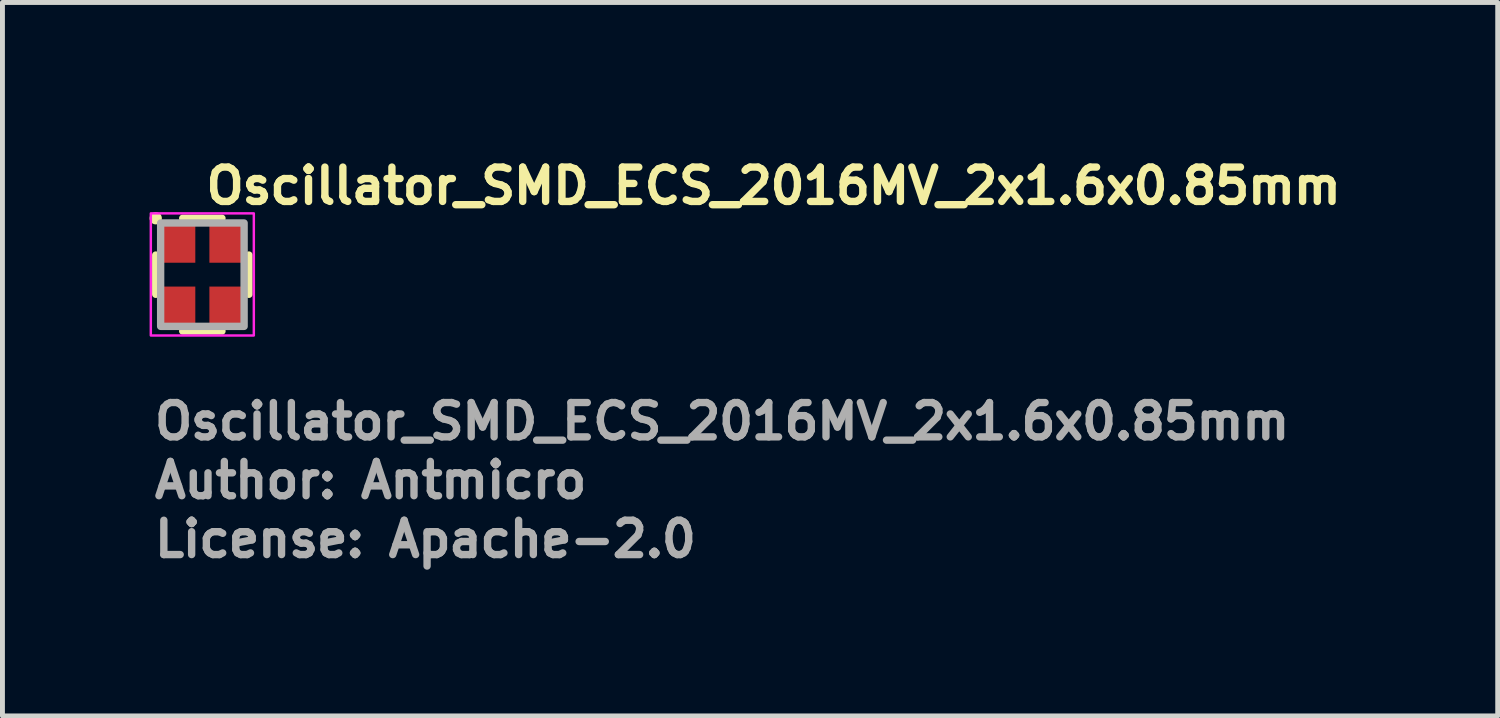
<source format=kicad_pcb>
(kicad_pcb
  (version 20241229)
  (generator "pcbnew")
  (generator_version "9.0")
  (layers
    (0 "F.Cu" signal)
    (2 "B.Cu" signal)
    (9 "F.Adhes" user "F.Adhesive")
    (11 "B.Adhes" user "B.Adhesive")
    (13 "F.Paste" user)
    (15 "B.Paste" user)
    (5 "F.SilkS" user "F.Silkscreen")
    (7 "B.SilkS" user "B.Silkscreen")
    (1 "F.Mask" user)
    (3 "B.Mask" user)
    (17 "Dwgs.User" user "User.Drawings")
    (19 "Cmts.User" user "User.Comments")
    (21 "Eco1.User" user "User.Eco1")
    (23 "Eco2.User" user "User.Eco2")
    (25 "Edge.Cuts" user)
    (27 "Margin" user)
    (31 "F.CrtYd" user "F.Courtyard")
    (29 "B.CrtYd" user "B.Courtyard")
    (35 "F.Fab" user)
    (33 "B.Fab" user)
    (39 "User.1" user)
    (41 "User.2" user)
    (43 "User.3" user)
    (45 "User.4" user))
  (footprint "Oscillator_SMD_ECS_2016MV_2x1.6x0.85mm"
    (layer "F.Cu")
    (at 1.075 2.55)
    (property "Reference" "Oscillator_SMD_ECS_2016MV_2x1.6x0.85mm" (at 0 -1.4 180) (layer "F.SilkS") (effects (font (size 0.7 0.7) (thickness 0.15)) (justify left bottom)))
    (attr smd)
    (fp_line (start -0.95 0.4) (end -0.95 -0.4) (stroke (width 0.15) (type solid)) (layer "F.SilkS"))
    (fp_line (start -0.4 -1.15) (end 0.4 -1.15) (stroke (width 0.15) (type solid)) (layer "F.SilkS"))
    (fp_line (start -0.4 1.15) (end 0.4 1.15) (stroke (width 0.15) (type solid)) (layer "F.SilkS"))
    (fp_line (start 0.95 0.4) (end 0.95 -0.4) (stroke (width 0.15) (type solid)) (layer "F.SilkS"))
    (fp_circle (center -0.95 -1.15) (end -0.9 -1.15) (stroke (width 0.15) (type solid)) (fill yes) (layer "F.SilkS"))
    (fp_rect (start -1.05 -1.25) (end 1.05 1.24) (stroke (width 0.05) (type solid)) (fill no) (layer "F.CrtYd"))
    (fp_rect (start -0.85 -1.054) (end 0.852 1.054) (stroke (width 0.15) (type solid)) (fill no) (layer "F.Fab"))
    (fp_rect (start -0.8 -1) (end 0.8 1) (stroke (width 0.15) (type solid)) (fill no) (layer "User.5"))
    (fp_line (start -0.8 -0.938) (end -0.8 -0.263) (stroke (width 0.02) (type solid)) (layer "User.9"))
    (fp_line (start -0.8 -0.263) (end -0.798 -0.263) (stroke (width 0.02) (type solid)) (layer "User.9"))
    (fp_line (start -0.8 -0.263) (end -0.798 -0.263) (stroke (width 0.02) (type solid)) (layer "User.9"))
    (fp_line (start -0.8 0.263) (end -0.8 0.937) (stroke (width 0.02) (type solid)) (layer "User.9"))
    (fp_line (start -0.8 0.937) (end -0.798 0.937) (stroke (width 0.02) (type solid)) (layer "User.9"))
    (fp_line (start -0.798 -0.938) (end -0.8 -0.938) (stroke (width 0.02) (type solid)) (layer "User.9"))
    (fp_line (start -0.798 -0.263) (end -0.794 -0.263) (stroke (width 0.02) (type solid)) (layer "User.9"))
    (fp_line (start -0.798 -0.263) (end -0.794 -0.263) (stroke (width 0.02) (type solid)) (layer "User.9"))
    (fp_line (start -0.798 0.262) (end -0.8 0.263) (stroke (width 0.02) (type solid)) (layer "User.9"))
    (fp_line (start -0.798 0.937) (end -0.794 0.937) (stroke (width 0.02) (type solid)) (layer "User.9"))
    (fp_line (start -0.794 -0.938) (end -0.798 -0.938) (stroke (width 0.02) (type solid)) (layer "User.9"))
    (fp_line (start -0.794 -0.263) (end -0.791 -0.263) (stroke (width 0.02) (type solid)) (layer "User.9"))
    (fp_line (start -0.794 -0.263) (end -0.791 -0.263) (stroke (width 0.02) (type solid)) (layer "User.9"))
    (fp_line (start -0.794 0.262) (end -0.798 0.262) (stroke (width 0.02) (type solid)) (layer "User.9"))
    (fp_line (start -0.794 0.937) (end -0.791 0.937) (stroke (width 0.02) (type solid)) (layer "User.9"))
    (fp_line (start -0.791 -0.938) (end -0.794 -0.938) (stroke (width 0.02) (type solid)) (layer "User.9"))
    (fp_line (start -0.791 -0.263) (end -0.787 -0.262) (stroke (width 0.02) (type solid)) (layer "User.9"))
    (fp_line (start -0.791 -0.263) (end -0.787 -0.262) (stroke (width 0.02) (type solid)) (layer "User.9"))
    (fp_line (start -0.791 0.262) (end -0.794 0.262) (stroke (width 0.02) (type solid)) (layer "User.9"))
    (fp_line (start -0.791 0.937) (end -0.789 0.938) (stroke (width 0.02) (type solid)) (layer "User.9"))
    (fp_line (start -0.789 -0.94) (end -0.791 -0.938) (stroke (width 0.02) (type solid)) (layer "User.9"))
    (fp_line (start -0.789 0.938) (end -0.785 0.938) (stroke (width 0.02) (type solid)) (layer "User.9"))
    (fp_line (start -0.787 -0.262) (end -0.785 -0.262) (stroke (width 0.02) (type solid)) (layer "User.9"))
    (fp_line (start -0.787 -0.262) (end -0.785 -0.262) (stroke (width 0.02) (type solid)) (layer "User.9"))
    (fp_line (start -0.787 0.261) (end -0.791 0.262) (stroke (width 0.02) (type solid)) (layer "User.9"))
    (fp_line (start -0.785 -0.94) (end -0.789 -0.94) (stroke (width 0.02) (type solid)) (layer "User.9"))
    (fp_line (start -0.785 -0.262) (end -0.781 -0.261) (stroke (width 0.02) (type solid)) (layer "User.9"))
    (fp_line (start -0.785 -0.262) (end -0.781 -0.261) (stroke (width 0.02) (type solid)) (layer "User.9"))
    (fp_line (start -0.785 0.261) (end -0.787 0.261) (stroke (width 0.02) (type solid)) (layer "User.9"))
    (fp_line (start -0.785 0.938) (end -0.783 0.939) (stroke (width 0.02) (type solid)) (layer "User.9"))
    (fp_line (start -0.783 -0.94) (end -0.785 -0.94) (stroke (width 0.02) (type solid)) (layer "User.9"))
    (fp_line (start -0.783 0.939) (end -0.779 0.94) (stroke (width 0.02) (type solid)) (layer "User.9"))
    (fp_line (start -0.781 -0.261) (end -0.779 -0.26) (stroke (width 0.02) (type solid)) (layer "User.9"))
    (fp_line (start -0.781 -0.261) (end -0.779 -0.26) (stroke (width 0.02) (type solid)) (layer "User.9"))
    (fp_line (start -0.781 0.26) (end -0.785 0.261) (stroke (width 0.02) (type solid)) (layer "User.9"))
    (fp_line (start -0.779 -0.942) (end -0.783 -0.94) (stroke (width 0.02) (type solid)) (layer "User.9"))
    (fp_line (start -0.779 -0.26) (end -0.777 -0.258) (stroke (width 0.02) (type solid)) (layer "User.9"))
    (fp_line (start -0.779 -0.26) (end -0.777 -0.258) (stroke (width 0.02) (type solid)) (layer "User.9"))
    (fp_line (start -0.779 0.259) (end -0.781 0.26) (stroke (width 0.02) (type solid)) (layer "User.9"))
    (fp_line (start -0.779 0.94) (end -0.777 0.941) (stroke (width 0.02) (type solid)) (layer "User.9"))
    (fp_line (start -0.777 -0.942) (end -0.779 -0.942) (stroke (width 0.02) (type solid)) (layer "User.9"))
    (fp_line (start -0.777 -0.258) (end -0.773 -0.256) (stroke (width 0.02) (type solid)) (layer "User.9"))
    (fp_line (start -0.777 -0.258) (end -0.773 -0.256) (stroke (width 0.02) (type solid)) (layer "User.9"))
    (fp_line (start -0.777 0.258) (end -0.779 0.259) (stroke (width 0.02) (type solid)) (layer "User.9"))
    (fp_line (start -0.777 0.941) (end -0.773 0.942) (stroke (width 0.02) (type solid)) (layer "User.9"))
    (fp_line (start -0.773 -0.944) (end -0.777 -0.942) (stroke (width 0.02) (type solid)) (layer "User.9"))
    (fp_line (start -0.773 -0.256) (end -0.771 -0.255) (stroke (width 0.02) (type solid)) (layer "User.9"))
    (fp_line (start -0.773 -0.256) (end -0.771 -0.255) (stroke (width 0.02) (type solid)) (layer "User.9"))
    (fp_line (start -0.773 0.256) (end -0.777 0.258) (stroke (width 0.02) (type solid)) (layer "User.9"))
    (fp_line (start -0.773 0.942) (end -0.771 0.944) (stroke (width 0.02) (type solid)) (layer "User.9"))
    (fp_line (start -0.771 -0.946) (end -0.773 -0.944) (stroke (width 0.02) (type solid)) (layer "User.9"))
    (fp_line (start -0.771 -0.255) (end -0.769 -0.253) (stroke (width 0.02) (type solid)) (layer "User.9"))
    (fp_line (start -0.771 -0.255) (end -0.769 -0.253) (stroke (width 0.02) (type solid)) (layer "User.9"))
    (fp_line (start -0.771 0.255) (end -0.773 0.256) (stroke (width 0.02) (type solid)) (layer "User.9"))
    (fp_line (start -0.771 0.944) (end -0.769 0.945) (stroke (width 0.02) (type solid)) (layer "User.9"))
    (fp_line (start -0.769 -0.946) (end -0.771 -0.946) (stroke (width 0.02) (type solid)) (layer "User.9"))
    (fp_line (start -0.769 -0.253) (end -0.765 -0.252) (stroke (width 0.02) (type solid)) (layer "User.9"))
    (fp_line (start -0.769 -0.253) (end -0.765 -0.252) (stroke (width 0.02) (type solid)) (layer "User.9"))
    (fp_line (start -0.769 0.252) (end -0.771 0.255) (stroke (width 0.02) (type solid)) (layer "User.9"))
    (fp_line (start -0.769 0.945) (end -0.765 0.947) (stroke (width 0.02) (type solid)) (layer "User.9"))
    (fp_line (start -0.765 -0.948) (end -0.769 -0.946) (stroke (width 0.02) (type solid)) (layer "User.9"))
    (fp_line (start -0.765 -0.252) (end -0.763 -0.25) (stroke (width 0.02) (type solid)) (layer "User.9"))
    (fp_line (start -0.765 -0.252) (end -0.763 -0.25) (stroke (width 0.02) (type solid)) (layer "User.9"))
    (fp_line (start -0.765 0.251) (end -0.769 0.252) (stroke (width 0.02) (type solid)) (layer "User.9"))
    (fp_line (start -0.765 0.947) (end -0.763 0.949) (stroke (width 0.02) (type solid)) (layer "User.9"))
    (fp_line (start -0.763 -0.95) (end -0.765 -0.948) (stroke (width 0.02) (type solid)) (layer "User.9"))
    (fp_line (start -0.763 -0.25) (end -0.761 -0.248) (stroke (width 0.02) (type solid)) (layer "User.9"))
    (fp_line (start -0.763 -0.25) (end -0.761 -0.248) (stroke (width 0.02) (type solid)) (layer "User.9"))
    (fp_line (start -0.763 0.249) (end -0.765 0.251) (stroke (width 0.02) (type solid)) (layer "User.9"))
    (fp_line (start -0.763 0.949) (end -0.761 0.951) (stroke (width 0.02) (type solid)) (layer "User.9"))
    (fp_line (start -0.761 -0.952) (end -0.763 -0.95) (stroke (width 0.02) (type solid)) (layer "User.9"))
    (fp_line (start -0.761 -0.248) (end -0.759 -0.246) (stroke (width 0.02) (type solid)) (layer "User.9"))
    (fp_line (start -0.761 -0.248) (end -0.759 -0.246) (stroke (width 0.02) (type solid)) (layer "User.9"))
    (fp_line (start -0.761 0.247) (end -0.763 0.249) (stroke (width 0.02) (type solid)) (layer "User.9"))
    (fp_line (start -0.761 0.951) (end -0.759 0.953) (stroke (width 0.02) (type solid)) (layer "User.9"))
    (fp_line (start -0.759 -0.954) (end -0.761 -0.952) (stroke (width 0.02) (type solid)) (layer "User.9"))
    (fp_line (start -0.759 -0.246) (end -0.757 -0.244) (stroke (width 0.02) (type solid)) (layer "User.9"))
    (fp_line (start -0.759 -0.246) (end -0.757 -0.244) (stroke (width 0.02) (type solid)) (layer "User.9"))
    (fp_line (start -0.759 0.245) (end -0.761 0.247) (stroke (width 0.02) (type solid)) (layer "User.9"))
    (fp_line (start -0.759 0.953) (end -0.757 0.955) (stroke (width 0.02) (type solid)) (layer "User.9"))
    (fp_line (start -0.757 -0.956) (end -0.759 -0.954) (stroke (width 0.02) (type solid)) (layer "User.9"))
    (fp_line (start -0.757 -0.956) (end -0.757 -0.956) (stroke (width 0.02) (type solid)) (layer "User.9"))
    (fp_line (start -0.757 -0.244) (end -0.755 -0.242) (stroke (width 0.02) (type solid)) (layer "User.9"))
    (fp_line (start -0.757 -0.244) (end -0.755 -0.242) (stroke (width 0.02) (type solid)) (layer "User.9"))
    (fp_line (start -0.757 0.243) (end -0.759 0.245) (stroke (width 0.02) (type solid)) (layer "User.9"))
    (fp_line (start -0.757 0.955) (end -0.757 0.955) (stroke (width 0.02) (type solid)) (layer "User.9"))
    (fp_line (start -0.757 0.955) (end -0.755 0.958) (stroke (width 0.02) (type solid)) (layer "User.9"))
    (fp_line (start -0.755 -0.958) (end -0.757 -0.956) (stroke (width 0.02) (type solid)) (layer "User.9"))
    (fp_line (start -0.755 -0.242) (end -0.753 -0.24) (stroke (width 0.02) (type solid)) (layer "User.9"))
    (fp_line (start -0.755 -0.242) (end -0.753 -0.24) (stroke (width 0.02) (type solid)) (layer "User.9"))
    (fp_line (start -0.755 0.241) (end -0.757 0.243) (stroke (width 0.02) (type solid)) (layer "User.9"))
    (fp_line (start -0.755 0.958) (end -0.753 0.96) (stroke (width 0.02) (type solid)) (layer "User.9"))
    (fp_line (start -0.753 -0.96) (end -0.755 -0.958) (stroke (width 0.02) (type solid)) (layer "User.9"))
    (fp_line (start -0.753 -0.24) (end -0.751 -0.237) (stroke (width 0.02) (type solid)) (layer "User.9"))
    (fp_line (start -0.753 -0.24) (end -0.751 -0.237) (stroke (width 0.02) (type solid)) (layer "User.9"))
    (fp_line (start -0.753 0.239) (end -0.755 0.241) (stroke (width 0.02) (type solid)) (layer "User.9"))
    (fp_line (start -0.753 0.96) (end -0.751 0.963) (stroke (width 0.02) (type solid)) (layer "User.9"))
    (fp_line (start -0.751 -0.964) (end -0.753 -0.96) (stroke (width 0.02) (type solid)) (layer "User.9"))
    (fp_line (start -0.751 -0.237) (end -0.749 -0.235) (stroke (width 0.02) (type solid)) (layer "User.9"))
    (fp_line (start -0.751 -0.237) (end -0.749 -0.235) (stroke (width 0.02) (type solid)) (layer "User.9"))
    (fp_line (start -0.751 0.236) (end -0.753 0.239) (stroke (width 0.02) (type solid)) (layer "User.9"))
    (fp_line (start -0.751 0.963) (end -0.749 0.965) (stroke (width 0.02) (type solid)) (layer "User.9"))
    (fp_line (start -0.749 -0.966) (end -0.751 -0.964) (stroke (width 0.02) (type solid)) (layer "User.9"))
    (fp_line (start -0.749 -0.235) (end -0.747 -0.232) (stroke (width 0.02) (type solid)) (layer "User.9"))
    (fp_line (start -0.749 -0.235) (end -0.747 -0.232) (stroke (width 0.02) (type solid)) (layer "User.9"))
    (fp_line (start -0.749 0.234) (end -0.751 0.236) (stroke (width 0.02) (type solid)) (layer "User.9"))
    (fp_line (start -0.749 0.965) (end -0.747 0.968) (stroke (width 0.02) (type solid)) (layer "User.9"))
    (fp_line (start -0.747 -0.968) (end -0.749 -0.966) (stroke (width 0.02) (type solid)) (layer "User.9"))
    (fp_line (start -0.747 -0.232) (end -0.745 -0.23) (stroke (width 0.02) (type solid)) (layer "User.9"))
    (fp_line (start -0.747 -0.232) (end -0.745 -0.23) (stroke (width 0.02) (type solid)) (layer "User.9"))
    (fp_line (start -0.747 0.231) (end -0.749 0.234) (stroke (width 0.02) (type solid)) (layer "User.9"))
    (fp_line (start -0.747 0.968) (end -0.745 0.971) (stroke (width 0.02) (type solid)) (layer "User.9"))
    (fp_line (start -0.745 -0.972) (end -0.747 -0.968) (stroke (width 0.02) (type solid)) (layer "User.9"))
    (fp_line (start -0.745 -0.23) (end -0.745 -0.227) (stroke (width 0.02) (type solid)) (layer "User.9"))
    (fp_line (start -0.745 -0.23) (end -0.745 -0.227) (stroke (width 0.02) (type solid)) (layer "User.9"))
    (fp_line (start -0.745 -0.227) (end -0.743 -0.224) (stroke (width 0.02) (type solid)) (layer "User.9"))
    (fp_line (start -0.745 -0.227) (end -0.743 -0.224) (stroke (width 0.02) (type solid)) (layer "User.9"))
    (fp_line (start -0.745 0.226) (end -0.745 0.229) (stroke (width 0.02) (type solid)) (layer "User.9"))
    (fp_line (start -0.745 0.229) (end -0.747 0.231) (stroke (width 0.02) (type solid)) (layer "User.9"))
    (fp_line (start -0.745 0.971) (end -0.743 0.973) (stroke (width 0.02) (type solid)) (layer "User.9"))
    (fp_line (start -0.743 -0.976) (end -0.743 -0.974) (stroke (width 0.02) (type solid)) (layer "User.9"))
    (fp_line (start -0.743 -0.974) (end -0.745 -0.972) (stroke (width 0.02) (type solid)) (layer "User.9"))
    (fp_line (start -0.743 -0.224) (end -0.741 -0.221) (stroke (width 0.02) (type solid)) (layer "User.9"))
    (fp_line (start -0.743 -0.224) (end -0.741 -0.221) (stroke (width 0.02) (type solid)) (layer "User.9"))
    (fp_line (start -0.743 0.223) (end -0.745 0.226) (stroke (width 0.02) (type solid)) (layer "User.9"))
    (fp_line (start -0.743 0.973) (end -0.743 0.976) (stroke (width 0.02) (type solid)) (layer "User.9"))
    (fp_line (start -0.743 0.976) (end -0.741 0.979) (stroke (width 0.02) (type solid)) (layer "User.9"))
    (fp_line (start -0.741 -0.982) (end -0.741 -0.98) (stroke (width 0.02) (type solid)) (layer "User.9"))
    (fp_line (start -0.741 -0.98) (end -0.743 -0.976) (stroke (width 0.02) (type solid)) (layer "User.9"))
    (fp_line (start -0.741 -0.221) (end -0.741 -0.219) (stroke (width 0.02) (type solid)) (layer "User.9"))
    (fp_line (start -0.741 -0.221) (end -0.741 -0.219) (stroke (width 0.02) (type solid)) (layer "User.9"))
    (fp_line (start -0.741 -0.219) (end -0.739 -0.216) (stroke (width 0.02) (type solid)) (layer "User.9"))
    (fp_line (start -0.741 -0.219) (end -0.739 -0.216) (stroke (width 0.02) (type solid)) (layer "User.9"))
    (fp_line (start -0.741 0.219) (end -0.741 0.22) (stroke (width 0.02) (type solid)) (layer "User.9"))
    (fp_line (start -0.741 0.22) (end -0.743 0.223) (stroke (width 0.02) (type solid)) (layer "User.9"))
    (fp_line (start -0.741 0.979) (end -0.741 0.982) (stroke (width 0.02) (type solid)) (layer "User.9"))
    (fp_line (start -0.741 0.982) (end -0.739 0.985) (stroke (width 0.02) (type solid)) (layer "User.9"))
    (fp_line (start -0.739 -1) (end -0.739 -0.998) (stroke (width 0.02) (type solid)) (layer "User.9"))
    (fp_line (start -0.739 -0.998) (end -0.739 -0.994) (stroke (width 0.02) (type solid)) (layer "User.9"))
    (fp_line (start -0.739 -0.994) (end -0.739 -0.992) (stroke (width 0.02) (type solid)) (layer "User.9"))
    (fp_line (start -0.739 -0.992) (end -0.739 -0.988) (stroke (width 0.02) (type solid)) (layer "User.9"))
    (fp_line (start -0.739 -0.988) (end -0.739 -0.986) (stroke (width 0.02) (type solid)) (layer "User.9"))
    (fp_line (start -0.739 -0.986) (end -0.741 -0.982) (stroke (width 0.02) (type solid)) (layer "User.9"))
    (fp_line (start -0.739 -0.216) (end -0.739 -0.213) (stroke (width 0.02) (type solid)) (layer "User.9"))
    (fp_line (start -0.739 -0.216) (end -0.739 -0.213) (stroke (width 0.02) (type solid)) (layer "User.9"))
    (fp_line (start -0.739 -0.213) (end -0.739 -0.21) (stroke (width 0.02) (type solid)) (layer "User.9"))
    (fp_line (start -0.739 -0.213) (end -0.739 -0.21) (stroke (width 0.02) (type solid)) (layer "User.9"))
    (fp_line (start -0.739 -0.21) (end -0.739 -0.206) (stroke (width 0.02) (type solid)) (layer "User.9"))
    (fp_line (start -0.739 -0.21) (end -0.739 -0.206) (stroke (width 0.02) (type solid)) (layer "User.9"))
    (fp_line (start -0.739 -0.206) (end -0.739 -0.203) (stroke (width 0.02) (type solid)) (layer "User.9"))
    (fp_line (start -0.739 -0.206) (end -0.739 -0.203) (stroke (width 0.02) (type solid)) (layer "User.9"))
    (fp_line (start -0.739 -0.203) (end -0.739 -0.2) (stroke (width 0.02) (type solid)) (layer "User.9"))
    (fp_line (start -0.739 -0.203) (end -0.739 -0.2) (stroke (width 0.02) (type solid)) (layer "User.9"))
    (fp_line (start -0.739 -0.2) (end -0.739 0.2) (stroke (width 0.02) (type solid)) (layer "User.9"))
    (fp_line (start -0.739 0.2) (end -0.739 0.203) (stroke (width 0.02) (type solid)) (layer "User.9"))
    (fp_line (start -0.739 0.203) (end -0.739 0.206) (stroke (width 0.02) (type solid)) (layer "User.9"))
    (fp_line (start -0.739 0.206) (end -0.739 0.21) (stroke (width 0.02) (type solid)) (layer "User.9"))
    (fp_line (start -0.739 0.21) (end -0.739 0.213) (stroke (width 0.02) (type solid)) (layer "User.9"))
    (fp_line (start -0.739 0.213) (end -0.739 0.216) (stroke (width 0.02) (type solid)) (layer "User.9"))
    (fp_line (start -0.739 0.216) (end -0.741 0.219) (stroke (width 0.02) (type solid)) (layer "User.9"))
    (fp_line (start -0.739 0.985) (end -0.739 0.988) (stroke (width 0.02) (type solid)) (layer "User.9"))
    (fp_line (start -0.739 0.988) (end -0.739 0.99) (stroke (width 0.02) (type solid)) (layer "User.9"))
    (fp_line (start -0.739 0.99) (end -0.739 0.993) (stroke (width 0.02) (type solid)) (layer "User.9"))
    (fp_line (start -0.739 0.993) (end -0.739 0.996) (stroke (width 0.02) (type solid)) (layer "User.9"))
    (fp_line (start -0.739 0.996) (end -0.739 0.999) (stroke (width 0.02) (type solid)) (layer "User.9"))
    (fp_line (start -0.739 0.999) (end 0.737 0.999) (stroke (width 0.02) (type solid)) (layer "User.9"))
    (fp_line (start -0.701 -0.831) (end -0.699 -0.835) (stroke (width 0.02) (type solid)) (layer "User.9"))
    (fp_line (start -0.701 -0.825) (end -0.701 -0.831) (stroke (width 0.02) (type solid)) (layer "User.9"))
    (fp_line (start -0.701 -0.825) (end -0.701 0.824) (stroke (width 0.02) (type solid)) (layer "User.9"))
    (fp_line (start -0.701 0.824) (end -0.701 0.83) (stroke (width 0.02) (type solid)) (layer "User.9"))
    (fp_line (start -0.701 0.83) (end -0.699 0.835) (stroke (width 0.02) (type solid)) (layer "User.9"))
    (fp_line (start -0.699 -0.845) (end -0.697 -0.851) (stroke (width 0.02) (type solid)) (layer "User.9"))
    (fp_line (start -0.699 -0.841) (end -0.699 -0.845) (stroke (width 0.02) (type solid)) (layer "User.9"))
    (fp_line (start -0.699 -0.835) (end -0.699 -0.841) (stroke (width 0.02) (type solid)) (layer "User.9"))
    (fp_line (start -0.699 0.835) (end -0.699 0.84) (stroke (width 0.02) (type solid)) (layer "User.9"))
    (fp_line (start -0.699 0.84) (end -0.699 0.845) (stroke (width 0.02) (type solid)) (layer "User.9"))
    (fp_line (start -0.699 0.845) (end -0.697 0.849) (stroke (width 0.02) (type solid)) (layer "User.9"))
    (fp_line (start -0.697 -0.855) (end -0.695 -0.859) (stroke (width 0.02) (type solid)) (layer "User.9"))
    (fp_line (start -0.697 -0.851) (end -0.697 -0.855) (stroke (width 0.02) (type solid)) (layer "User.9"))
    (fp_line (start -0.697 0.849) (end -0.697 0.854) (stroke (width 0.02) (type solid)) (layer "User.9"))
    (fp_line (start -0.697 0.854) (end -0.695 0.858) (stroke (width 0.02) (type solid)) (layer "User.9"))
    (fp_line (start -0.695 -0.859) (end -0.693 -0.865) (stroke (width 0.02) (type solid)) (layer "User.9"))
    (fp_line (start -0.695 0.858) (end -0.693 0.864) (stroke (width 0.02) (type solid)) (layer "User.9"))
    (fp_line (start -0.693 -0.865) (end -0.691 -0.869) (stroke (width 0.02) (type solid)) (layer "User.9"))
    (fp_line (start -0.693 0.864) (end -0.691 0.868) (stroke (width 0.02) (type solid)) (layer "User.9"))
    (fp_line (start -0.691 -0.869) (end -0.689 -0.873) (stroke (width 0.02) (type solid)) (layer "User.9"))
    (fp_line (start -0.691 0.868) (end -0.689 0.873) (stroke (width 0.02) (type solid)) (layer "User.9"))
    (fp_line (start -0.689 -0.873) (end -0.687 -0.877) (stroke (width 0.02) (type solid)) (layer "User.9"))
    (fp_line (start -0.689 0.873) (end -0.687 0.876) (stroke (width 0.02) (type solid)) (layer "User.9"))
    (fp_line (start -0.687 -0.877) (end -0.683 -0.881) (stroke (width 0.02) (type solid)) (layer "User.9"))
    (fp_line (start -0.687 0.876) (end -0.683 0.88) (stroke (width 0.02) (type solid)) (layer "User.9"))
    (fp_line (start -0.683 -0.881) (end -0.681 -0.885) (stroke (width 0.02) (type solid)) (layer "User.9"))
    (fp_line (start -0.683 0.88) (end -0.681 0.884) (stroke (width 0.02) (type solid)) (layer "User.9"))
    (fp_line (start -0.681 -0.885) (end -0.677 -0.889) (stroke (width 0.02) (type solid)) (layer "User.9"))
    (fp_line (start -0.681 0.884) (end -0.677 0.888) (stroke (width 0.02) (type solid)) (layer "User.9"))
    (fp_line (start -0.677 -0.889) (end -0.675 -0.893) (stroke (width 0.02) (type solid)) (layer "User.9"))
    (fp_line (start -0.677 0.888) (end -0.675 0.891) (stroke (width 0.02) (type solid)) (layer "User.9"))
    (fp_line (start -0.675 -0.893) (end -0.671 -0.897) (stroke (width 0.02) (type solid)) (layer "User.9"))
    (fp_line (start -0.675 0.891) (end -0.671 0.896) (stroke (width 0.02) (type solid)) (layer "User.9"))
    (fp_line (start -0.671 -0.897) (end -0.667 -0.9) (stroke (width 0.02) (type solid)) (layer "User.9"))
    (fp_line (start -0.671 0.896) (end -0.667 0.899) (stroke (width 0.02) (type solid)) (layer "User.9"))
    (fp_line (start -0.667 -0.9) (end -0.664 -0.902) (stroke (width 0.02) (type solid)) (layer "User.9"))
    (fp_line (start -0.667 0.899) (end -0.664 0.902) (stroke (width 0.02) (type solid)) (layer "User.9"))
    (fp_line (start -0.664 -0.902) (end -0.66 -0.906) (stroke (width 0.02) (type solid)) (layer "User.9"))
    (fp_line (start -0.664 0.902) (end -0.66 0.905) (stroke (width 0.02) (type solid)) (layer "User.9"))
    (fp_line (start -0.66 -0.906) (end -0.656 -0.908) (stroke (width 0.02) (type solid)) (layer "User.9"))
    (fp_line (start -0.66 0.905) (end -0.656 0.908) (stroke (width 0.02) (type solid)) (layer "User.9"))
    (fp_line (start -0.656 -0.908) (end -0.652 -0.912) (stroke (width 0.02) (type solid)) (layer "User.9"))
    (fp_line (start -0.656 0.908) (end -0.652 0.911) (stroke (width 0.02) (type solid)) (layer "User.9"))
    (fp_line (start -0.652 -0.912) (end -0.648 -0.914) (stroke (width 0.02) (type solid)) (layer "User.9"))
    (fp_line (start -0.652 0.911) (end -0.648 0.913) (stroke (width 0.02) (type solid)) (layer "User.9"))
    (fp_line (start -0.648 -0.914) (end -0.644 -0.916) (stroke (width 0.02) (type solid)) (layer "User.9"))
    (fp_line (start -0.648 0.913) (end -0.644 0.915) (stroke (width 0.02) (type solid)) (layer "User.9"))
    (fp_line (start -0.644 -0.916) (end -0.64 -0.918) (stroke (width 0.02) (type solid)) (layer "User.9"))
    (fp_line (start -0.644 0.915) (end -0.64 0.917) (stroke (width 0.02) (type solid)) (layer "User.9"))
    (fp_line (start -0.64 -0.918) (end -0.634 -0.92) (stroke (width 0.02) (type solid)) (layer "User.9"))
    (fp_line (start -0.64 0.917) (end -0.634 0.919) (stroke (width 0.02) (type solid)) (layer "User.9"))
    (fp_line (start -0.634 -0.92) (end -0.63 -0.922) (stroke (width 0.02) (type solid)) (layer "User.9"))
    (fp_line (start -0.634 0.919) (end -0.63 0.921) (stroke (width 0.02) (type solid)) (layer "User.9"))
    (fp_line (start -0.63 -0.922) (end -0.626 -0.922) (stroke (width 0.02) (type solid)) (layer "User.9"))
    (fp_line (start -0.63 0.921) (end -0.626 0.922) (stroke (width 0.02) (type solid)) (layer "User.9"))
    (fp_line (start -0.626 -0.922) (end -0.62 -0.924) (stroke (width 0.02) (type solid)) (layer "User.9"))
    (fp_line (start -0.626 0.922) (end -0.62 0.923) (stroke (width 0.02) (type solid)) (layer "User.9"))
    (fp_line (start -0.62 -0.924) (end -0.616 -0.924) (stroke (width 0.02) (type solid)) (layer "User.9"))
    (fp_line (start -0.62 0.923) (end -0.616 0.924) (stroke (width 0.02) (type solid)) (layer "User.9"))
    (fp_line (start -0.616 -0.924) (end -0.61 -0.924) (stroke (width 0.02) (type solid)) (layer "User.9"))
    (fp_line (start -0.616 0.924) (end -0.61 0.924) (stroke (width 0.02) (type solid)) (layer "User.9"))
    (fp_line (start -0.61 -0.924) (end -0.606 -0.926) (stroke (width 0.02) (type solid)) (layer "User.9"))
    (fp_line (start -0.61 0.924) (end -0.606 0.925) (stroke (width 0.02) (type solid)) (layer "User.9"))
    (fp_line (start -0.606 -0.926) (end -0.6 -0.926) (stroke (width 0.02) (type solid)) (layer "User.9"))
    (fp_line (start -0.606 0.925) (end -0.6 0.925) (stroke (width 0.02) (type solid)) (layer "User.9"))
    (fp_line (start -0.6 -0.926) (end 0.6 -0.926) (stroke (width 0.02) (type solid)) (layer "User.9"))
    (fp_line (start -0.6 0.925) (end 0.6 0.925) (stroke (width 0.02) (type solid)) (layer "User.9"))
    (fp_line (start -0.525 -0.67) (end -0.525 -0.664) (stroke (width 0.02) (type solid)) (layer "User.9"))
    (fp_line (start -0.525 -0.664) (end -0.525 -0.656) (stroke (width 0.02) (type solid)) (layer "User.9"))
    (fp_line (start -0.525 -0.656) (end -0.525 -0.65) (stroke (width 0.02) (type solid)) (layer "User.9"))
    (fp_line (start -0.525 -0.65) (end -0.525 -0.644) (stroke (width 0.02) (type solid)) (layer "User.9"))
    (fp_line (start -0.525 -0.644) (end -0.525 -0.637) (stroke (width 0.02) (type solid)) (layer "User.9"))
    (fp_line (start -0.525 -0.637) (end -0.525 -0.631) (stroke (width 0.02) (type solid)) (layer "User.9"))
    (fp_line (start -0.525 -0.631) (end -0.523 -0.625) (stroke (width 0.02) (type solid)) (layer "User.9"))
    (fp_line (start -0.523 -0.676) (end -0.525 -0.67) (stroke (width 0.02) (type solid)) (layer "User.9"))
    (fp_line (start -0.523 -0.625) (end -0.521 -0.619) (stroke (width 0.02) (type solid)) (layer "User.9"))
    (fp_line (start -0.521 -0.682) (end -0.523 -0.676) (stroke (width 0.02) (type solid)) (layer "User.9"))
    (fp_line (start -0.521 -0.619) (end -0.519 -0.613) (stroke (width 0.02) (type solid)) (layer "User.9"))
    (fp_line (start -0.519 -0.688) (end -0.521 -0.682) (stroke (width 0.02) (type solid)) (layer "User.9"))
    (fp_line (start -0.519 -0.613) (end -0.517 -0.607) (stroke (width 0.02) (type solid)) (layer "User.9"))
    (fp_line (start -0.517 -0.694) (end -0.519 -0.688) (stroke (width 0.02) (type solid)) (layer "User.9"))
    (fp_line (start -0.517 -0.607) (end -0.515 -0.601) (stroke (width 0.02) (type solid)) (layer "User.9"))
    (fp_line (start -0.515 -0.7) (end -0.517 -0.694) (stroke (width 0.02) (type solid)) (layer "User.9"))
    (fp_line (start -0.515 -0.601) (end -0.513 -0.597) (stroke (width 0.02) (type solid)) (layer "User.9"))
    (fp_line (start -0.513 -0.704) (end -0.515 -0.7) (stroke (width 0.02) (type solid)) (layer "User.9"))
    (fp_line (start -0.513 -0.597) (end -0.51 -0.591) (stroke (width 0.02) (type solid)) (layer "User.9"))
    (fp_line (start -0.51 -0.71) (end -0.513 -0.704) (stroke (width 0.02) (type solid)) (layer "User.9"))
    (fp_line (start -0.51 -0.591) (end -0.507 -0.585) (stroke (width 0.02) (type solid)) (layer "User.9"))
    (fp_line (start -0.507 -0.716) (end -0.51 -0.71) (stroke (width 0.02) (type solid)) (layer "User.9"))
    (fp_line (start -0.507 -0.585) (end -0.504 -0.581) (stroke (width 0.02) (type solid)) (layer "User.9"))
    (fp_line (start -0.504 -0.72) (end -0.507 -0.716) (stroke (width 0.02) (type solid)) (layer "User.9"))
    (fp_line (start -0.504 -0.581) (end -0.5 -0.575) (stroke (width 0.02) (type solid)) (layer "User.9"))
    (fp_line (start -0.5 -0.726) (end -0.504 -0.72) (stroke (width 0.02) (type solid)) (layer "User.9"))
    (fp_line (start -0.5 -0.575) (end -0.496 -0.571) (stroke (width 0.02) (type solid)) (layer "User.9"))
    (fp_line (start -0.496 -0.73) (end -0.5 -0.726) (stroke (width 0.02) (type solid)) (layer "User.9"))
    (fp_line (start -0.496 -0.571) (end -0.493 -0.567) (stroke (width 0.02) (type solid)) (layer "User.9"))
    (fp_line (start -0.493 -0.734) (end -0.496 -0.73) (stroke (width 0.02) (type solid)) (layer "User.9"))
    (fp_line (start -0.493 -0.567) (end -0.488 -0.563) (stroke (width 0.02) (type solid)) (layer "User.9"))
    (fp_line (start -0.488 -0.738) (end -0.493 -0.734) (stroke (width 0.02) (type solid)) (layer "User.9"))
    (fp_line (start -0.488 -0.563) (end -0.484 -0.559) (stroke (width 0.02) (type solid)) (layer "User.9"))
    (fp_line (start -0.484 -0.742) (end -0.488 -0.738) (stroke (width 0.02) (type solid)) (layer "User.9"))
    (fp_line (start -0.484 -0.559) (end -0.479 -0.555) (stroke (width 0.02) (type solid)) (layer "User.9"))
    (fp_line (start -0.479 -0.746) (end -0.484 -0.742) (stroke (width 0.02) (type solid)) (layer "User.9"))
    (fp_line (start -0.479 -0.555) (end -0.475 -0.551) (stroke (width 0.02) (type solid)) (layer "User.9"))
    (fp_line (start -0.475 -0.75) (end -0.479 -0.746) (stroke (width 0.02) (type solid)) (layer "User.9"))
    (fp_line (start -0.475 -0.551) (end -0.471 -0.547) (stroke (width 0.02) (type solid)) (layer "User.9"))
    (fp_line (start -0.471 -0.754) (end -0.475 -0.75) (stroke (width 0.02) (type solid)) (layer "User.9"))
    (fp_line (start -0.471 -0.547) (end -0.466 -0.543) (stroke (width 0.02) (type solid)) (layer "User.9"))
    (fp_line (start -0.466 -0.758) (end -0.471 -0.754) (stroke (width 0.02) (type solid)) (layer "User.9"))
    (fp_line (start -0.466 -0.543) (end -0.461 -0.541) (stroke (width 0.02) (type solid)) (layer "User.9"))
    (fp_line (start -0.461 -0.76) (end -0.466 -0.758) (stroke (width 0.02) (type solid)) (layer "User.9"))
    (fp_line (start -0.461 -0.541) (end -0.455 -0.537) (stroke (width 0.02) (type solid)) (layer "User.9"))
    (fp_line (start -0.455 -0.764) (end -0.461 -0.76) (stroke (width 0.02) (type solid)) (layer "User.9"))
    (fp_line (start -0.455 -0.537) (end -0.45 -0.535) (stroke (width 0.02) (type solid)) (layer "User.9"))
    (fp_line (start -0.45 -0.766) (end -0.455 -0.764) (stroke (width 0.02) (type solid)) (layer "User.9"))
    (fp_line (start -0.45 -0.535) (end -0.444 -0.533) (stroke (width 0.02) (type solid)) (layer "User.9"))
    (fp_line (start -0.444 -0.768) (end -0.45 -0.766) (stroke (width 0.02) (type solid)) (layer "User.9"))
    (fp_line (start -0.444 -0.533) (end -0.438 -0.531) (stroke (width 0.02) (type solid)) (layer "User.9"))
    (fp_line (start -0.438 -0.77) (end -0.444 -0.768) (stroke (width 0.02) (type solid)) (layer "User.9"))
    (fp_line (start -0.438 -0.531) (end -0.432 -0.529) (stroke (width 0.02) (type solid)) (layer "User.9"))
    (fp_line (start -0.432 -0.771) (end -0.438 -0.77) (stroke (width 0.02) (type solid)) (layer "User.9"))
    (fp_line (start -0.432 -0.529) (end -0.426 -0.529) (stroke (width 0.02) (type solid)) (layer "User.9"))
    (fp_line (start -0.426 -0.773) (end -0.432 -0.771) (stroke (width 0.02) (type solid)) (layer "User.9"))
    (fp_line (start -0.426 -0.529) (end -0.42 -0.527) (stroke (width 0.02) (type solid)) (layer "User.9"))
    (fp_line (start -0.42 -0.773) (end -0.426 -0.773) (stroke (width 0.02) (type solid)) (layer "User.9"))
    (fp_line (start -0.42 -0.527) (end -0.414 -0.527) (stroke (width 0.02) (type solid)) (layer "User.9"))
    (fp_line (start -0.414 -0.775) (end -0.42 -0.773) (stroke (width 0.02) (type solid)) (layer "User.9"))
    (fp_line (start -0.414 -0.527) (end -0.406 -0.525) (stroke (width 0.02) (type solid)) (layer "User.9"))
    (fp_line (start -0.406 -0.775) (end -0.414 -0.775) (stroke (width 0.02) (type solid)) (layer "User.9"))
    (fp_line (start -0.406 -0.525) (end -0.4 -0.525) (stroke (width 0.02) (type solid)) (layer "User.9"))
    (fp_line (start -0.4 -0.775) (end -0.406 -0.775) (stroke (width 0.02) (type solid)) (layer "User.9"))
    (fp_line (start -0.4 -0.775) (end -0.4 -0.775) (stroke (width 0.02) (type solid)) (layer "User.9"))
    (fp_line (start -0.4 -0.525) (end -0.4 -0.525) (stroke (width 0.02) (type solid)) (layer "User.9"))
    (fp_line (start -0.4 -0.525) (end -0.394 -0.525) (stroke (width 0.02) (type solid)) (layer "User.9"))
    (fp_line (start -0.394 -0.775) (end -0.4 -0.775) (stroke (width 0.02) (type solid)) (layer "User.9"))
    (fp_line (start -0.394 -0.525) (end -0.387 -0.527) (stroke (width 0.02) (type solid)) (layer "User.9"))
    (fp_line (start -0.387 -0.775) (end -0.394 -0.775) (stroke (width 0.02) (type solid)) (layer "User.9"))
    (fp_line (start -0.387 -0.527) (end -0.381 -0.527) (stroke (width 0.02) (type solid)) (layer "User.9"))
    (fp_line (start -0.381 -0.773) (end -0.387 -0.775) (stroke (width 0.02) (type solid)) (layer "User.9"))
    (fp_line (start -0.381 -0.527) (end -0.375 -0.529) (stroke (width 0.02) (type solid)) (layer "User.9"))
    (fp_line (start -0.375 -0.773) (end -0.381 -0.773) (stroke (width 0.02) (type solid)) (layer "User.9"))
    (fp_line (start -0.375 -0.529) (end -0.369 -0.529) (stroke (width 0.02) (type solid)) (layer "User.9"))
    (fp_line (start -0.369 -0.771) (end -0.375 -0.773) (stroke (width 0.02) (type solid)) (layer "User.9"))
    (fp_line (start -0.369 -0.529) (end -0.363 -0.531) (stroke (width 0.02) (type solid)) (layer "User.9"))
    (fp_line (start -0.363 -0.77) (end -0.369 -0.771) (stroke (width 0.02) (type solid)) (layer "User.9"))
    (fp_line (start -0.363 -0.531) (end -0.357 -0.533) (stroke (width 0.02) (type solid)) (layer "User.9"))
    (fp_line (start -0.357 -0.768) (end -0.363 -0.77) (stroke (width 0.02) (type solid)) (layer "User.9"))
    (fp_line (start -0.357 -0.533) (end -0.351 -0.535) (stroke (width 0.02) (type solid)) (layer "User.9"))
    (fp_line (start -0.351 -0.766) (end -0.357 -0.768) (stroke (width 0.02) (type solid)) (layer "User.9"))
    (fp_line (start -0.351 -0.535) (end -0.346 -0.537) (stroke (width 0.02) (type solid)) (layer "User.9"))
    (fp_line (start -0.346 -0.764) (end -0.351 -0.766) (stroke (width 0.02) (type solid)) (layer "User.9"))
    (fp_line (start -0.346 -0.537) (end -0.341 -0.541) (stroke (width 0.02) (type solid)) (layer "User.9"))
    (fp_line (start -0.341 -0.76) (end -0.346 -0.764) (stroke (width 0.02) (type solid)) (layer "User.9"))
    (fp_line (start -0.341 -0.541) (end -0.336 -0.543) (stroke (width 0.02) (type solid)) (layer "User.9"))
    (fp_line (start -0.336 -0.758) (end -0.341 -0.76) (stroke (width 0.02) (type solid)) (layer "User.9"))
    (fp_line (start -0.336 -0.543) (end -0.331 -0.547) (stroke (width 0.02) (type solid)) (layer "User.9"))
    (fp_line (start -0.331 -0.754) (end -0.336 -0.758) (stroke (width 0.02) (type solid)) (layer "User.9"))
    (fp_line (start -0.331 -0.547) (end -0.326 -0.551) (stroke (width 0.02) (type solid)) (layer "User.9"))
    (fp_line (start -0.326 -0.75) (end -0.331 -0.754) (stroke (width 0.02) (type solid)) (layer "User.9"))
    (fp_line (start -0.326 -0.551) (end -0.322 -0.555) (stroke (width 0.02) (type solid)) (layer "User.9"))
    (fp_line (start -0.322 -0.746) (end -0.326 -0.75) (stroke (width 0.02) (type solid)) (layer "User.9"))
    (fp_line (start -0.322 -0.555) (end -0.317 -0.559) (stroke (width 0.02) (type solid)) (layer "User.9"))
    (fp_line (start -0.317 -0.742) (end -0.322 -0.746) (stroke (width 0.02) (type solid)) (layer "User.9"))
    (fp_line (start -0.317 -0.559) (end -0.313 -0.563) (stroke (width 0.02) (type solid)) (layer "User.9"))
    (fp_line (start -0.313 -0.738) (end -0.317 -0.742) (stroke (width 0.02) (type solid)) (layer "User.9"))
    (fp_line (start -0.313 -0.563) (end -0.308 -0.567) (stroke (width 0.02) (type solid)) (layer "User.9"))
    (fp_line (start -0.308 -0.734) (end -0.313 -0.738) (stroke (width 0.02) (type solid)) (layer "User.9"))
    (fp_line (start -0.308 -0.567) (end -0.305 -0.571) (stroke (width 0.02) (type solid)) (layer "User.9"))
    (fp_line (start -0.305 -0.73) (end -0.308 -0.734) (stroke (width 0.02) (type solid)) (layer "User.9"))
    (fp_line (start -0.305 -0.571) (end -0.301 -0.575) (stroke (width 0.02) (type solid)) (layer "User.9"))
    (fp_line (start -0.301 -0.726) (end -0.305 -0.73) (stroke (width 0.02) (type solid)) (layer "User.9"))
    (fp_line (start -0.301 -0.575) (end -0.297 -0.581) (stroke (width 0.02) (type solid)) (layer "User.9"))
    (fp_line (start -0.297 -0.72) (end -0.301 -0.726) (stroke (width 0.02) (type solid)) (layer "User.9"))
    (fp_line (start -0.297 -0.581) (end -0.294 -0.585) (stroke (width 0.02) (type solid)) (layer "User.9"))
    (fp_line (start -0.294 -0.716) (end -0.297 -0.72) (stroke (width 0.02) (type solid)) (layer "User.9"))
    (fp_line (start -0.294 -0.585) (end -0.291 -0.591) (stroke (width 0.02) (type solid)) (layer "User.9"))
    (fp_line (start -0.291 -0.71) (end -0.294 -0.716) (stroke (width 0.02) (type solid)) (layer "User.9"))
    (fp_line (start -0.291 -0.591) (end -0.288 -0.597) (stroke (width 0.02) (type solid)) (layer "User.9"))
    (fp_line (start -0.288 -0.704) (end -0.291 -0.71) (stroke (width 0.02) (type solid)) (layer "User.9"))
    (fp_line (start -0.288 -0.597) (end -0.286 -0.601) (stroke (width 0.02) (type solid)) (layer "User.9"))
    (fp_line (start -0.286 -0.7) (end -0.288 -0.704) (stroke (width 0.02) (type solid)) (layer "User.9"))
    (fp_line (start -0.286 -0.601) (end -0.284 -0.607) (stroke (width 0.02) (type solid)) (layer "User.9"))
    (fp_line (start -0.284 -0.694) (end -0.286 -0.7) (stroke (width 0.02) (type solid)) (layer "User.9"))
    (fp_line (start -0.284 -0.607) (end -0.282 -0.613) (stroke (width 0.02) (type solid)) (layer "User.9"))
    (fp_line (start -0.282 -0.688) (end -0.284 -0.694) (stroke (width 0.02) (type solid)) (layer "User.9"))
    (fp_line (start -0.282 -0.613) (end -0.279 -0.619) (stroke (width 0.02) (type solid)) (layer "User.9"))
    (fp_line (start -0.279 -0.682) (end -0.282 -0.688) (stroke (width 0.02) (type solid)) (layer "User.9"))
    (fp_line (start -0.279 -0.619) (end -0.278 -0.625) (stroke (width 0.02) (type solid)) (layer "User.9"))
    (fp_line (start -0.278 -0.676) (end -0.279 -0.682) (stroke (width 0.02) (type solid)) (layer "User.9"))
    (fp_line (start -0.278 -0.625) (end -0.276 -0.631) (stroke (width 0.02) (type solid)) (layer "User.9"))
    (fp_line (start -0.276 -0.67) (end -0.278 -0.676) (stroke (width 0.02) (type solid)) (layer "User.9"))
    (fp_line (start -0.276 -0.664) (end -0.276 -0.67) (stroke (width 0.02) (type solid)) (layer "User.9"))
    (fp_line (start -0.276 -0.637) (end -0.275 -0.644) (stroke (width 0.02) (type solid)) (layer "User.9"))
    (fp_line (start -0.276 -0.631) (end -0.276 -0.637) (stroke (width 0.02) (type solid)) (layer "User.9"))
    (fp_line (start -0.275 -0.656) (end -0.276 -0.664) (stroke (width 0.02) (type solid)) (layer "User.9"))
    (fp_line (start -0.275 -0.65) (end -0.275 -0.656) (stroke (width 0.02) (type solid)) (layer "User.9"))
    (fp_line (start -0.275 -0.644) (end -0.275 -0.65) (stroke (width 0.02) (type solid)) (layer "User.9"))
    (fp_line (start 0.6 -0.926) (end 0.605 -0.926) (stroke (width 0.02) (type solid)) (layer "User.9"))
    (fp_line (start 0.605 -0.926) (end 0.609 -0.924) (stroke (width 0.02) (type solid)) (layer "User.9"))
    (fp_line (start 0.605 0.925) (end 0.6 0.925) (stroke (width 0.02) (type solid)) (layer "User.9"))
    (fp_line (start 0.609 -0.924) (end 0.614 -0.924) (stroke (width 0.02) (type solid)) (layer "User.9"))
    (fp_line (start 0.609 0.924) (end 0.605 0.925) (stroke (width 0.02) (type solid)) (layer "User.9"))
    (fp_line (start 0.614 -0.924) (end 0.62 -0.924) (stroke (width 0.02) (type solid)) (layer "User.9"))
    (fp_line (start 0.614 0.924) (end 0.609 0.924) (stroke (width 0.02) (type solid)) (layer "User.9"))
    (fp_line (start 0.62 -0.924) (end 0.625 -0.922) (stroke (width 0.02) (type solid)) (layer "User.9"))
    (fp_line (start 0.62 0.923) (end 0.614 0.924) (stroke (width 0.02) (type solid)) (layer "User.9"))
    (fp_line (start 0.625 -0.922) (end 0.63 -0.922) (stroke (width 0.02) (type solid)) (layer "User.9"))
    (fp_line (start 0.625 0.922) (end 0.62 0.923) (stroke (width 0.02) (type solid)) (layer "User.9"))
    (fp_line (start 0.63 -0.922) (end 0.633 -0.92) (stroke (width 0.02) (type solid)) (layer "User.9"))
    (fp_line (start 0.63 0.921) (end 0.625 0.922) (stroke (width 0.02) (type solid)) (layer "User.9"))
    (fp_line (start 0.633 -0.92) (end 0.638 -0.918) (stroke (width 0.02) (type solid)) (layer "User.9"))
    (fp_line (start 0.633 0.919) (end 0.63 0.921) (stroke (width 0.02) (type solid)) (layer "User.9"))
    (fp_line (start 0.638 -0.918) (end 0.642 -0.916) (stroke (width 0.02) (type solid)) (layer "User.9"))
    (fp_line (start 0.638 0.917) (end 0.633 0.919) (stroke (width 0.02) (type solid)) (layer "User.9"))
    (fp_line (start 0.642 -0.916) (end 0.648 -0.914) (stroke (width 0.02) (type solid)) (layer "User.9"))
    (fp_line (start 0.642 0.915) (end 0.638 0.917) (stroke (width 0.02) (type solid)) (layer "User.9"))
    (fp_line (start 0.648 -0.914) (end 0.652 -0.912) (stroke (width 0.02) (type solid)) (layer "User.9"))
    (fp_line (start 0.648 0.913) (end 0.642 0.915) (stroke (width 0.02) (type solid)) (layer "User.9"))
    (fp_line (start 0.652 -0.912) (end 0.656 -0.908) (stroke (width 0.02) (type solid)) (layer "User.9"))
    (fp_line (start 0.652 0.911) (end 0.648 0.913) (stroke (width 0.02) (type solid)) (layer "User.9"))
    (fp_line (start 0.656 -0.908) (end 0.66 -0.906) (stroke (width 0.02) (type solid)) (layer "User.9"))
    (fp_line (start 0.656 0.908) (end 0.652 0.911) (stroke (width 0.02) (type solid)) (layer "User.9"))
    (fp_line (start 0.66 -0.906) (end 0.663 -0.902) (stroke (width 0.02) (type solid)) (layer "User.9"))
    (fp_line (start 0.66 0.905) (end 0.656 0.908) (stroke (width 0.02) (type solid)) (layer "User.9"))
    (fp_line (start 0.663 -0.902) (end 0.666 -0.9) (stroke (width 0.02) (type solid)) (layer "User.9"))
    (fp_line (start 0.663 0.902) (end 0.66 0.905) (stroke (width 0.02) (type solid)) (layer "User.9"))
    (fp_line (start 0.666 -0.9) (end 0.67 -0.897) (stroke (width 0.02) (type solid)) (layer "User.9"))
    (fp_line (start 0.666 0.899) (end 0.663 0.902) (stroke (width 0.02) (type solid)) (layer "User.9"))
    (fp_line (start 0.67 -0.897) (end 0.673 -0.893) (stroke (width 0.02) (type solid)) (layer "User.9"))
    (fp_line (start 0.67 0.896) (end 0.666 0.899) (stroke (width 0.02) (type solid)) (layer "User.9"))
    (fp_line (start 0.673 -0.893) (end 0.676 -0.889) (stroke (width 0.02) (type solid)) (layer "User.9"))
    (fp_line (start 0.673 0.891) (end 0.67 0.896) (stroke (width 0.02) (type solid)) (layer "User.9"))
    (fp_line (start 0.676 -0.889) (end 0.68 -0.885) (stroke (width 0.02) (type solid)) (layer "User.9"))
    (fp_line (start 0.676 0.888) (end 0.673 0.891) (stroke (width 0.02) (type solid)) (layer "User.9"))
    (fp_line (start 0.68 -0.885) (end 0.683 -0.881) (stroke (width 0.02) (type solid)) (layer "User.9"))
    (fp_line (start 0.68 0.884) (end 0.676 0.888) (stroke (width 0.02) (type solid)) (layer "User.9"))
    (fp_line (start 0.683 -0.881) (end 0.686 -0.877) (stroke (width 0.02) (type solid)) (layer "User.9"))
    (fp_line (start 0.683 0.88) (end 0.68 0.884) (stroke (width 0.02) (type solid)) (layer "User.9"))
    (fp_line (start 0.686 -0.877) (end 0.688 -0.873) (stroke (width 0.02) (type solid)) (layer "User.9"))
    (fp_line (start 0.686 0.876) (end 0.683 0.88) (stroke (width 0.02) (type solid)) (layer "User.9"))
    (fp_line (start 0.688 -0.873) (end 0.69 -0.869) (stroke (width 0.02) (type solid)) (layer "User.9"))
    (fp_line (start 0.688 0.873) (end 0.686 0.876) (stroke (width 0.02) (type solid)) (layer "User.9"))
    (fp_line (start 0.69 -0.869) (end 0.692 -0.865) (stroke (width 0.02) (type solid)) (layer "User.9"))
    (fp_line (start 0.69 0.868) (end 0.688 0.873) (stroke (width 0.02) (type solid)) (layer "User.9"))
    (fp_line (start 0.692 -0.865) (end 0.694 -0.859) (stroke (width 0.02) (type solid)) (layer "User.9"))
    (fp_line (start 0.692 0.864) (end 0.69 0.868) (stroke (width 0.02) (type solid)) (layer "User.9"))
    (fp_line (start 0.694 -0.859) (end 0.695 -0.855) (stroke (width 0.02) (type solid)) (layer "User.9"))
    (fp_line (start 0.694 0.858) (end 0.692 0.864) (stroke (width 0.02) (type solid)) (layer "User.9"))
    (fp_line (start 0.695 -0.855) (end 0.696 -0.851) (stroke (width 0.02) (type solid)) (layer "User.9"))
    (fp_line (start 0.695 0.854) (end 0.694 0.858) (stroke (width 0.02) (type solid)) (layer "User.9"))
    (fp_line (start 0.696 -0.851) (end 0.697 -0.845) (stroke (width 0.02) (type solid)) (layer "User.9"))
    (fp_line (start 0.696 0.849) (end 0.695 0.854) (stroke (width 0.02) (type solid)) (layer "User.9"))
    (fp_line (start 0.697 -0.845) (end 0.698 -0.841) (stroke (width 0.02) (type solid)) (layer "User.9"))
    (fp_line (start 0.697 0.845) (end 0.696 0.849) (stroke (width 0.02) (type solid)) (layer "User.9"))
    (fp_line (start 0.698 -0.841) (end 0.698 -0.835) (stroke (width 0.02) (type solid)) (layer "User.9"))
    (fp_line (start 0.698 -0.835) (end 0.699 -0.831) (stroke (width 0.02) (type solid)) (layer "User.9"))
    (fp_line (start 0.698 0.835) (end 0.698 0.84) (stroke (width 0.02) (type solid)) (layer "User.9"))
    (fp_line (start 0.698 0.84) (end 0.697 0.845) (stroke (width 0.02) (type solid)) (layer "User.9"))
    (fp_line (start 0.699 -0.831) (end 0.699 -0.825) (stroke (width 0.02) (type solid)) (layer "User.9"))
    (fp_line (start 0.699 -0.825) (end 0.699 0.824) (stroke (width 0.02) (type solid)) (layer "User.9"))
    (fp_line (start 0.699 0.824) (end 0.699 0.83) (stroke (width 0.02) (type solid)) (layer "User.9"))
    (fp_line (start 0.699 0.83) (end 0.698 0.835) (stroke (width 0.02) (type solid)) (layer "User.9"))
    (fp_line (start 0.737 -1) (end -0.739 -1) (stroke (width 0.02) (type solid)) (layer "User.9"))
    (fp_line (start 0.737 -0.998) (end 0.737 -1) (stroke (width 0.02) (type solid)) (layer "User.9"))
    (fp_line (start 0.737 -0.994) (end 0.737 -0.998) (stroke (width 0.02) (type solid)) (layer "User.9"))
    (fp_line (start 0.737 -0.992) (end 0.737 -0.994) (stroke (width 0.02) (type solid)) (layer "User.9"))
    (fp_line (start 0.737 -0.21) (end 0.738 -0.213) (stroke (width 0.02) (type solid)) (layer "User.9"))
    (fp_line (start 0.737 -0.206) (end 0.737 -0.21) (stroke (width 0.02) (type solid)) (layer "User.9"))
    (fp_line (start 0.737 -0.203) (end 0.737 -0.206) (stroke (width 0.02) (type solid)) (layer "User.9"))
    (fp_line (start 0.737 -0.2) (end 0.737 -0.203) (stroke (width 0.02) (type solid)) (layer "User.9"))
    (fp_line (start 0.737 0.2) (end 0.737 -0.2) (stroke (width 0.02) (type solid)) (layer "User.9"))
    (fp_line (start 0.737 0.203) (end 0.737 0.2) (stroke (width 0.02) (type solid)) (layer "User.9"))
    (fp_line (start 0.737 0.203) (end 0.737 0.2) (stroke (width 0.02) (type solid)) (layer "User.9"))
    (fp_line (start 0.737 0.206) (end 0.737 0.203) (stroke (width 0.02) (type solid)) (layer "User.9"))
    (fp_line (start 0.737 0.206) (end 0.737 0.203) (stroke (width 0.02) (type solid)) (layer "User.9"))
    (fp_line (start 0.737 0.21) (end 0.737 0.206) (stroke (width 0.02) (type solid)) (layer "User.9"))
    (fp_line (start 0.737 0.21) (end 0.737 0.206) (stroke (width 0.02) (type solid)) (layer "User.9"))
    (fp_line (start 0.737 0.99) (end 0.738 0.988) (stroke (width 0.02) (type solid)) (layer "User.9"))
    (fp_line (start 0.737 0.993) (end 0.737 0.99) (stroke (width 0.02) (type solid)) (layer "User.9"))
    (fp_line (start 0.737 0.996) (end 0.737 0.993) (stroke (width 0.02) (type solid)) (layer "User.9"))
    (fp_line (start 0.737 0.999) (end 0.737 0.996) (stroke (width 0.02) (type solid)) (layer "User.9"))
    (fp_line (start 0.738 -0.988) (end 0.737 -0.992) (stroke (width 0.02) (type solid)) (layer "User.9"))
    (fp_line (start 0.738 -0.986) (end 0.738 -0.988) (stroke (width 0.02) (type solid)) (layer "User.9"))
    (fp_line (start 0.738 -0.216) (end 0.739 -0.219) (stroke (width 0.02) (type solid)) (layer "User.9"))
    (fp_line (start 0.738 -0.213) (end 0.738 -0.216) (stroke (width 0.02) (type solid)) (layer "User.9"))
    (fp_line (start 0.738 0.213) (end 0.737 0.21) (stroke (width 0.02) (type solid)) (layer "User.9"))
    (fp_line (start 0.738 0.213) (end 0.737 0.21) (stroke (width 0.02) (type solid)) (layer "User.9"))
    (fp_line (start 0.738 0.216) (end 0.738 0.213) (stroke (width 0.02) (type solid)) (layer "User.9"))
    (fp_line (start 0.738 0.216) (end 0.738 0.213) (stroke (width 0.02) (type solid)) (layer "User.9"))
    (fp_line (start 0.738 0.985) (end 0.739 0.982) (stroke (width 0.02) (type solid)) (layer "User.9"))
    (fp_line (start 0.738 0.988) (end 0.738 0.985) (stroke (width 0.02) (type solid)) (layer "User.9"))
    (fp_line (start 0.739 -0.982) (end 0.738 -0.986) (stroke (width 0.02) (type solid)) (layer "User.9"))
    (fp_line (start 0.739 -0.219) (end 0.74 -0.221) (stroke (width 0.02) (type solid)) (layer "User.9"))
    (fp_line (start 0.739 0.219) (end 0.738 0.216) (stroke (width 0.02) (type solid)) (layer "User.9"))
    (fp_line (start 0.739 0.219) (end 0.738 0.216) (stroke (width 0.02) (type solid)) (layer "User.9"))
    (fp_line (start 0.739 0.982) (end 0.74 0.979) (stroke (width 0.02) (type solid)) (layer "User.9"))
    (fp_line (start 0.74 -0.98) (end 0.739 -0.982) (stroke (width 0.02) (type solid)) (layer "User.9"))
    (fp_line (start 0.74 -0.221) (end 0.741 -0.224) (stroke (width 0.02) (type solid)) (layer "User.9"))
    (fp_line (start 0.74 0.22) (end 0.739 0.219) (stroke (width 0.02) (type solid)) (layer "User.9"))
    (fp_line (start 0.74 0.22) (end 0.739 0.219) (stroke (width 0.02) (type solid)) (layer "User.9"))
    (fp_line (start 0.74 0.979) (end 0.741 0.976) (stroke (width 0.02) (type solid)) (layer "User.9"))
    (fp_line (start 0.741 -0.976) (end 0.74 -0.98) (stroke (width 0.02) (type solid)) (layer "User.9"))
    (fp_line (start 0.741 -0.224) (end 0.744 -0.227) (stroke (width 0.02) (type solid)) (layer "User.9"))
    (fp_line (start 0.741 0.223) (end 0.74 0.22) (stroke (width 0.02) (type solid)) (layer "User.9"))
    (fp_line (start 0.741 0.223) (end 0.74 0.22) (stroke (width 0.02) (type solid)) (layer "User.9"))
    (fp_line (start 0.741 0.976) (end 0.742 0.973) (stroke (width 0.02) (type solid)) (layer "User.9"))
    (fp_line (start 0.742 -0.974) (end 0.741 -0.976) (stroke (width 0.02) (type solid)) (layer "User.9"))
    (fp_line (start 0.742 0.973) (end 0.745 0.971) (stroke (width 0.02) (type solid)) (layer "User.9"))
    (fp_line (start 0.744 -0.227) (end 0.745 -0.23) (stroke (width 0.02) (type solid)) (layer "User.9"))
    (fp_line (start 0.744 0.226) (end 0.741 0.223) (stroke (width 0.02) (type solid)) (layer "User.9"))
    (fp_line (start 0.744 0.226) (end 0.741 0.223) (stroke (width 0.02) (type solid)) (layer "User.9"))
    (fp_line (start 0.745 -0.972) (end 0.742 -0.974) (stroke (width 0.02) (type solid)) (layer "User.9"))
    (fp_line (start 0.745 -0.23) (end 0.747 -0.232) (stroke (width 0.02) (type solid)) (layer "User.9"))
    (fp_line (start 0.745 0.229) (end 0.744 0.226) (stroke (width 0.02) (type solid)) (layer "User.9"))
    (fp_line (start 0.745 0.229) (end 0.744 0.226) (stroke (width 0.02) (type solid)) (layer "User.9"))
    (fp_line (start 0.745 0.971) (end 0.746 0.968) (stroke (width 0.02) (type solid)) (layer "User.9"))
    (fp_line (start 0.746 -0.968) (end 0.745 -0.972) (stroke (width 0.02) (type solid)) (layer "User.9"))
    (fp_line (start 0.746 0.968) (end 0.748 0.965) (stroke (width 0.02) (type solid)) (layer "User.9"))
    (fp_line (start 0.747 -0.232) (end 0.748 -0.235) (stroke (width 0.02) (type solid)) (layer "User.9"))
    (fp_line (start 0.747 0.231) (end 0.745 0.229) (stroke (width 0.02) (type solid)) (layer "User.9"))
    (fp_line (start 0.747 0.231) (end 0.745 0.229) (stroke (width 0.02) (type solid)) (layer "User.9"))
    (fp_line (start 0.748 -0.966) (end 0.746 -0.968) (stroke (width 0.02) (type solid)) (layer "User.9"))
    (fp_line (start 0.748 -0.235) (end 0.75 -0.237) (stroke (width 0.02) (type solid)) (layer "User.9"))
    (fp_line (start 0.748 0.234) (end 0.747 0.231) (stroke (width 0.02) (type solid)) (layer "User.9"))
    (fp_line (start 0.748 0.234) (end 0.747 0.231) (stroke (width 0.02) (type solid)) (layer "User.9"))
    (fp_line (start 0.748 0.965) (end 0.75 0.963) (stroke (width 0.02) (type solid)) (layer "User.9"))
    (fp_line (start 0.75 -0.964) (end 0.748 -0.966) (stroke (width 0.02) (type solid)) (layer "User.9"))
    (fp_line (start 0.75 -0.237) (end 0.752 -0.24) (stroke (width 0.02) (type solid)) (layer "User.9"))
    (fp_line (start 0.75 0.236) (end 0.748 0.234) (stroke (width 0.02) (type solid)) (layer "User.9"))
    (fp_line (start 0.75 0.236) (end 0.748 0.234) (stroke (width 0.02) (type solid)) (layer "User.9"))
    (fp_line (start 0.75 0.963) (end 0.752 0.96) (stroke (width 0.02) (type solid)) (layer "User.9"))
    (fp_line (start 0.752 -0.96) (end 0.75 -0.964) (stroke (width 0.02) (type solid)) (layer "User.9"))
    (fp_line (start 0.752 -0.24) (end 0.754 -0.242) (stroke (width 0.02) (type solid)) (layer "User.9"))
    (fp_line (start 0.752 0.239) (end 0.75 0.236) (stroke (width 0.02) (type solid)) (layer "User.9"))
    (fp_line (start 0.752 0.239) (end 0.75 0.236) (stroke (width 0.02) (type solid)) (layer "User.9"))
    (fp_line (start 0.752 0.96) (end 0.754 0.958) (stroke (width 0.02) (type solid)) (layer "User.9"))
    (fp_line (start 0.754 -0.958) (end 0.752 -0.96) (stroke (width 0.02) (type solid)) (layer "User.9"))
    (fp_line (start 0.754 -0.242) (end 0.756 -0.244) (stroke (width 0.02) (type solid)) (layer "User.9"))
    (fp_line (start 0.754 0.241) (end 0.752 0.239) (stroke (width 0.02) (type solid)) (layer "User.9"))
    (fp_line (start 0.754 0.241) (end 0.752 0.239) (stroke (width 0.02) (type solid)) (layer "User.9"))
    (fp_line (start 0.754 0.958) (end 0.756 0.955) (stroke (width 0.02) (type solid)) (layer "User.9"))
    (fp_line (start 0.756 -0.956) (end 0.754 -0.958) (stroke (width 0.02) (type solid)) (layer "User.9"))
    (fp_line (start 0.756 -0.956) (end 0.756 -0.956) (stroke (width 0.02) (type solid)) (layer "User.9"))
    (fp_line (start 0.756 -0.244) (end 0.758 -0.246) (stroke (width 0.02) (type solid)) (layer "User.9"))
    (fp_line (start 0.756 0.243) (end 0.754 0.241) (stroke (width 0.02) (type solid)) (layer "User.9"))
    (fp_line (start 0.756 0.243) (end 0.754 0.241) (stroke (width 0.02) (type solid)) (layer "User.9"))
    (fp_line (start 0.756 0.955) (end 0.756 0.955) (stroke (width 0.02) (type solid)) (layer "User.9"))
    (fp_line (start 0.756 0.955) (end 0.758 0.953) (stroke (width 0.02) (type solid)) (layer "User.9"))
    (fp_line (start 0.758 -0.954) (end 0.756 -0.956) (stroke (width 0.02) (type solid)) (layer "User.9"))
    (fp_line (start 0.758 -0.246) (end 0.76 -0.248) (stroke (width 0.02) (type solid)) (layer "User.9"))
    (fp_line (start 0.758 0.245) (end 0.756 0.243) (stroke (width 0.02) (type solid)) (layer "User.9"))
    (fp_line (start 0.758 0.245) (end 0.756 0.243) (stroke (width 0.02) (type solid)) (layer "User.9"))
    (fp_line (start 0.758 0.953) (end 0.76 0.951) (stroke (width 0.02) (type solid)) (layer "User.9"))
    (fp_line (start 0.76 -0.952) (end 0.758 -0.954) (stroke (width 0.02) (type solid)) (layer "User.9"))
    (fp_line (start 0.76 -0.248) (end 0.763 -0.25) (stroke (width 0.02) (type solid)) (layer "User.9"))
    (fp_line (start 0.76 0.247) (end 0.758 0.245) (stroke (width 0.02) (type solid)) (layer "User.9"))
    (fp_line (start 0.76 0.247) (end 0.758 0.245) (stroke (width 0.02) (type solid)) (layer "User.9"))
    (fp_line (start 0.76 0.951) (end 0.763 0.949) (stroke (width 0.02) (type solid)) (layer "User.9"))
    (fp_line (start 0.763 -0.95) (end 0.76 -0.952) (stroke (width 0.02) (type solid)) (layer "User.9"))
    (fp_line (start 0.763 -0.25) (end 0.765 -0.252) (stroke (width 0.02) (type solid)) (layer "User.9"))
    (fp_line (start 0.763 0.249) (end 0.76 0.247) (stroke (width 0.02) (type solid)) (layer "User.9"))
    (fp_line (start 0.763 0.249) (end 0.76 0.247) (stroke (width 0.02) (type solid)) (layer "User.9"))
    (fp_line (start 0.763 0.949) (end 0.765 0.947) (stroke (width 0.02) (type solid)) (layer "User.9"))
    (fp_line (start 0.765 -0.948) (end 0.763 -0.95) (stroke (width 0.02) (type solid)) (layer "User.9"))
    (fp_line (start 0.765 -0.252) (end 0.768 -0.253) (stroke (width 0.02) (type solid)) (layer "User.9"))
    (fp_line (start 0.765 0.251) (end 0.763 0.249) (stroke (width 0.02) (type solid)) (layer "User.9"))
    (fp_line (start 0.765 0.251) (end 0.763 0.249) (stroke (width 0.02) (type solid)) (layer "User.9"))
    (fp_line (start 0.765 0.947) (end 0.768 0.945) (stroke (width 0.02) (type solid)) (layer "User.9"))
    (fp_line (start 0.768 -0.946) (end 0.765 -0.948) (stroke (width 0.02) (type solid)) (layer "User.9"))
    (fp_line (start 0.768 -0.253) (end 0.77 -0.255) (stroke (width 0.02) (type solid)) (layer "User.9"))
    (fp_line (start 0.768 0.252) (end 0.765 0.251) (stroke (width 0.02) (type solid)) (layer "User.9"))
    (fp_line (start 0.768 0.252) (end 0.765 0.251) (stroke (width 0.02) (type solid)) (layer "User.9"))
    (fp_line (start 0.768 0.945) (end 0.771 0.944) (stroke (width 0.02) (type solid)) (layer "User.9"))
    (fp_line (start 0.77 -0.255) (end 0.773 -0.256) (stroke (width 0.02) (type solid)) (layer "User.9"))
    (fp_line (start 0.77 0.255) (end 0.768 0.252) (stroke (width 0.02) (type solid)) (layer "User.9"))
    (fp_line (start 0.77 0.255) (end 0.768 0.252) (stroke (width 0.02) (type solid)) (layer "User.9"))
    (fp_line (start 0.771 -0.946) (end 0.768 -0.946) (stroke (width 0.02) (type solid)) (layer "User.9"))
    (fp_line (start 0.771 0.944) (end 0.773 0.942) (stroke (width 0.02) (type solid)) (layer "User.9"))
    (fp_line (start 0.773 -0.944) (end 0.771 -0.946) (stroke (width 0.02) (type solid)) (layer "User.9"))
    (fp_line (start 0.773 -0.256) (end 0.775 -0.258) (stroke (width 0.02) (type solid)) (layer "User.9"))
    (fp_line (start 0.773 0.256) (end 0.77 0.255) (stroke (width 0.02) (type solid)) (layer "User.9"))
    (fp_line (start 0.773 0.256) (end 0.77 0.255) (stroke (width 0.02) (type solid)) (layer "User.9"))
    (fp_line (start 0.773 0.942) (end 0.775 0.941) (stroke (width 0.02) (type solid)) (layer "User.9"))
    (fp_line (start 0.775 -0.942) (end 0.773 -0.944) (stroke (width 0.02) (type solid)) (layer "User.9"))
    (fp_line (start 0.775 -0.258) (end 0.778 -0.26) (stroke (width 0.02) (type solid)) (layer "User.9"))
    (fp_line (start 0.775 0.258) (end 0.773 0.256) (stroke (width 0.02) (type solid)) (layer "User.9"))
    (fp_line (start 0.775 0.258) (end 0.773 0.256) (stroke (width 0.02) (type solid)) (layer "User.9"))
    (fp_line (start 0.775 0.941) (end 0.778 0.94) (stroke (width 0.02) (type solid)) (layer "User.9"))
    (fp_line (start 0.778 -0.942) (end 0.775 -0.942) (stroke (width 0.02) (type solid)) (layer "User.9"))
    (fp_line (start 0.778 -0.26) (end 0.78 -0.261) (stroke (width 0.02) (type solid)) (layer "User.9"))
    (fp_line (start 0.778 0.259) (end 0.775 0.258) (stroke (width 0.02) (type solid)) (layer "User.9"))
    (fp_line (start 0.778 0.259) (end 0.775 0.258) (stroke (width 0.02) (type solid)) (layer "User.9"))
    (fp_line (start 0.778 0.94) (end 0.781 0.939) (stroke (width 0.02) (type solid)) (layer "User.9"))
    (fp_line (start 0.78 -0.261) (end 0.783 -0.262) (stroke (width 0.02) (type solid)) (layer "User.9"))
    (fp_line (start 0.78 0.26) (end 0.778 0.259) (stroke (width 0.02) (type solid)) (layer "User.9"))
    (fp_line (start 0.78 0.26) (end 0.778 0.259) (stroke (width 0.02) (type solid)) (layer "User.9"))
    (fp_line (start 0.781 -0.94) (end 0.778 -0.942) (stroke (width 0.02) (type solid)) (layer "User.9"))
    (fp_line (start 0.781 0.939) (end 0.784 0.938) (stroke (width 0.02) (type solid)) (layer "User.9"))
    (fp_line (start 0.783 -0.262) (end 0.786 -0.262) (stroke (width 0.02) (type solid)) (layer "User.9"))
    (fp_line (start 0.783 0.261) (end 0.78 0.26) (stroke (width 0.02) (type solid)) (layer "User.9"))
    (fp_line (start 0.783 0.261) (end 0.78 0.26) (stroke (width 0.02) (type solid)) (layer "User.9"))
    (fp_line (start 0.784 -0.94) (end 0.781 -0.94) (stroke (width 0.02) (type solid)) (layer "User.9"))
    (fp_line (start 0.784 0.938) (end 0.787 0.938) (stroke (width 0.02) (type solid)) (layer "User.9"))
    (fp_line (start 0.786 -0.262) (end 0.789 -0.263) (stroke (width 0.02) (type solid)) (layer "User.9"))
    (fp_line (start 0.786 0.261) (end 0.783 0.261) (stroke (width 0.02) (type solid)) (layer "User.9"))
    (fp_line (start 0.786 0.261) (end 0.783 0.261) (stroke (width 0.02) (type solid)) (layer "User.9"))
    (fp_line (start 0.787 -0.94) (end 0.784 -0.94) (stroke (width 0.02) (type solid)) (layer "User.9"))
    (fp_line (start 0.787 0.938) (end 0.79 0.937) (stroke (width 0.02) (type solid)) (layer "User.9"))
    (fp_line (start 0.789 -0.263) (end 0.793 -0.263) (stroke (width 0.02) (type solid)) (layer "User.9"))
    (fp_line (start 0.789 0.262) (end 0.786 0.261) (stroke (width 0.02) (type solid)) (layer "User.9"))
    (fp_line (start 0.789 0.262) (end 0.786 0.261) (stroke (width 0.02) (type solid)) (layer "User.9"))
    (fp_line (start 0.79 -0.938) (end 0.787 -0.94) (stroke (width 0.02) (type solid)) (layer "User.9"))
    (fp_line (start 0.79 0.937) (end 0.793 0.937) (stroke (width 0.02) (type solid)) (layer "User.9"))
    (fp_line (start 0.793 -0.938) (end 0.79 -0.938) (stroke (width 0.02) (type solid)) (layer "User.9"))
    (fp_line (start 0.793 -0.263) (end 0.796 -0.263) (stroke (width 0.02) (type solid)) (layer "User.9"))
    (fp_line (start 0.793 0.262) (end 0.789 0.262) (stroke (width 0.02) (type solid)) (layer "User.9"))
    (fp_line (start 0.793 0.262) (end 0.789 0.262) (stroke (width 0.02) (type solid)) (layer "User.9"))
    (fp_line (start 0.793 0.937) (end 0.796 0.937) (stroke (width 0.02) (type solid)) (layer "User.9"))
    (fp_line (start 0.796 -0.938) (end 0.793 -0.938) (stroke (width 0.02) (type solid)) (layer "User.9"))
    (fp_line (start 0.796 -0.263) (end 0.799 -0.263) (stroke (width 0.02) (type solid)) (layer "User.9"))
    (fp_line (start 0.796 0.262) (end 0.793 0.262) (stroke (width 0.02) (type solid)) (layer "User.9"))
    (fp_line (start 0.796 0.262) (end 0.793 0.262) (stroke (width 0.02) (type solid)) (layer "User.9"))
    (fp_line (start 0.796 0.937) (end 0.799 0.937) (stroke (width 0.02) (type solid)) (layer "User.9"))
    (fp_line (start 0.799 -0.938) (end 0.796 -0.938) (stroke (width 0.02) (type solid)) (layer "User.9"))
    (fp_line (start 0.799 -0.263) (end 0.799 -0.938) (stroke (width 0.02) (type solid)) (layer "User.9"))
    (fp_line (start 0.799 0.263) (end 0.796 0.262) (stroke (width 0.02) (type solid)) (layer "User.9"))
    (fp_line (start 0.799 0.263) (end 0.796 0.262) (stroke (width 0.02) (type solid)) (layer "User.9"))
    (fp_line (start 0.799 0.937) (end 0.799 0.263) (stroke (width 0.02) (type solid)) (layer "User.9"))
    (fp_text user "License: Apache-2.0" (at -1.05 5.8 0) (layer "F.Fab") (effects (font (size 0.7 0.7) (thickness 0.15)) (justify left bottom)))
    (fp_text user "${REFERENCE}" (at -1.05 3.4 0) (layer "F.Fab") (effects (font (size 0.7 0.7) (thickness 0.15)) (justify left bottom)))
    (fp_text user "Author: Antmicro" (at -1.05 4.6 0) (layer "F.Fab") (effects (font (size 0.7 0.7) (thickness 0.15)) (justify left bottom)))
    (pad "1" smd rect (at -0.486 -0.637) (size 0.686 0.787) (layers "F.Cu" "F.Mask" "F.Paste"))
    (pad "2" smd rect (at -0.486 0.636) (size 0.686 0.787) (layers "F.Cu" "F.Mask" "F.Paste"))
    (pad "3" smd rect (at 0.487 0.636) (size 0.686 0.787) (layers "F.Cu" "F.Mask" "F.Paste"))
    (pad "4" smd rect (at 0.487 -0.637) (size 0.686 0.787) (layers "F.Cu" "F.Mask" "F.Paste")))
  (gr_rect
    (start -3 -3)
    (end 27.485 11.546)
    (stroke (width 0.1) (type default))
    (fill no)
    (layer "Edge.Cuts")))
</source>
